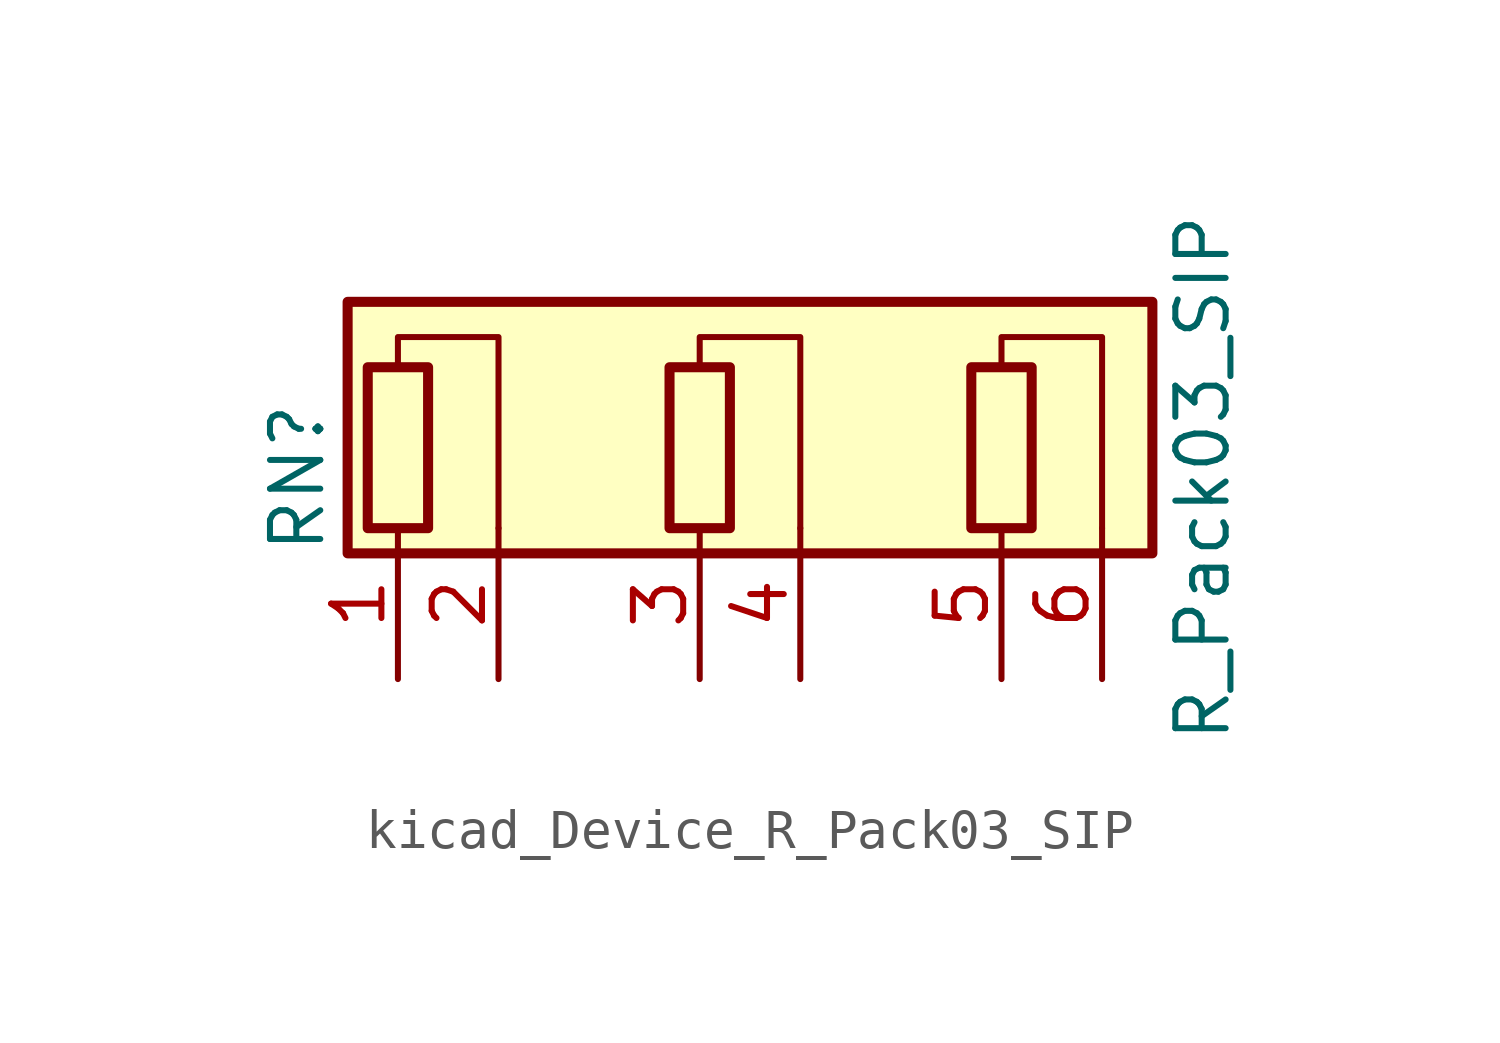
<source format=kicad_sym>
(kicad_symbol_lib
  (version 20220914)
  (generator kicad_symbol_editor)
  (symbol "kicad_Device_R_Pack03_SIP"
    (pin_names
      (offset 0) hide)
    (property "Reference" "RN"
      (at -10.16 0 90)
      (effects (font (size 1.27 1.27))))
    (property "Value" "R_Pack03_SIP"
      (at 12.7 0 90)
      (effects (font (size 1.27 1.27))))
    (symbol "kicad_Device_R_Pack03_SIP_0_1"
      (rectangle (start -8.89 -1.905) (end 11.43 4.445) (stroke (width 0.254) (type default)) (fill (type background)))
      (rectangle (start -8.382 2.794) (end -6.858 -1.27) (stroke (width 0.254) (type default)) (fill (type none)))
      (rectangle (start -0.762 2.794) (end 0.762 -1.27) (stroke (width 0.254) (type default)) (fill (type none)))
      (polyline (pts (xy -7.62 2.794) (xy -7.62 3.556) (xy -5.08 3.556) (xy -5.08 -1.27)) (stroke (width 0) (type default)) (fill (type none)))
      (polyline (pts (xy 0 2.794) (xy 0 3.556) (xy 2.54 3.556) (xy 2.54 -1.27)) (stroke (width 0) (type default)) (fill (type none)))
      (polyline (pts (xy 7.62 2.794) (xy 7.62 3.556) (xy 10.16 3.556) (xy 10.16 -1.27)) (stroke (width 0) (type default)) (fill (type none)))
      (rectangle (start 6.858 2.794) (end 8.382 -1.27) (stroke (width 0.254) (type default)) (fill (type none))))
    (symbol "kicad_Device_R_Pack03_SIP_1_1"
      (pin passive line (at -7.62 -5.08 90) (length 3.81) (name "R1.1" (effects (font (size 1.27 1.27)))) (number "1" (effects (font (size 1.27 1.27)))))
      (pin passive line (at -5.08 -5.08 90) (length 3.81) (name "R1.2" (effects (font (size 1.27 1.27)))) (number "2" (effects (font (size 1.27 1.27)))))
      (pin passive line (at 0 -5.08 90) (length 3.81) (name "R2.1" (effects (font (size 1.27 1.27)))) (number "3" (effects (font (size 1.27 1.27)))))
      (pin passive line (at 2.54 -5.08 90) (length 3.81) (name "R2.2" (effects (font (size 1.27 1.27)))) (number "4" (effects (font (size 1.27 1.27)))))
      (pin passive line (at 7.62 -5.08 90) (length 3.81) (name "R3.1" (effects (font (size 1.27 1.27)))) (number "5" (effects (font (size 1.27 1.27)))))
      (pin passive line (at 10.16 -5.08 90) (length 3.81) (name "R3.2" (effects (font (size 1.27 1.27)))) (number "6" (effects (font (size 1.27 1.27))))))))
</source>
